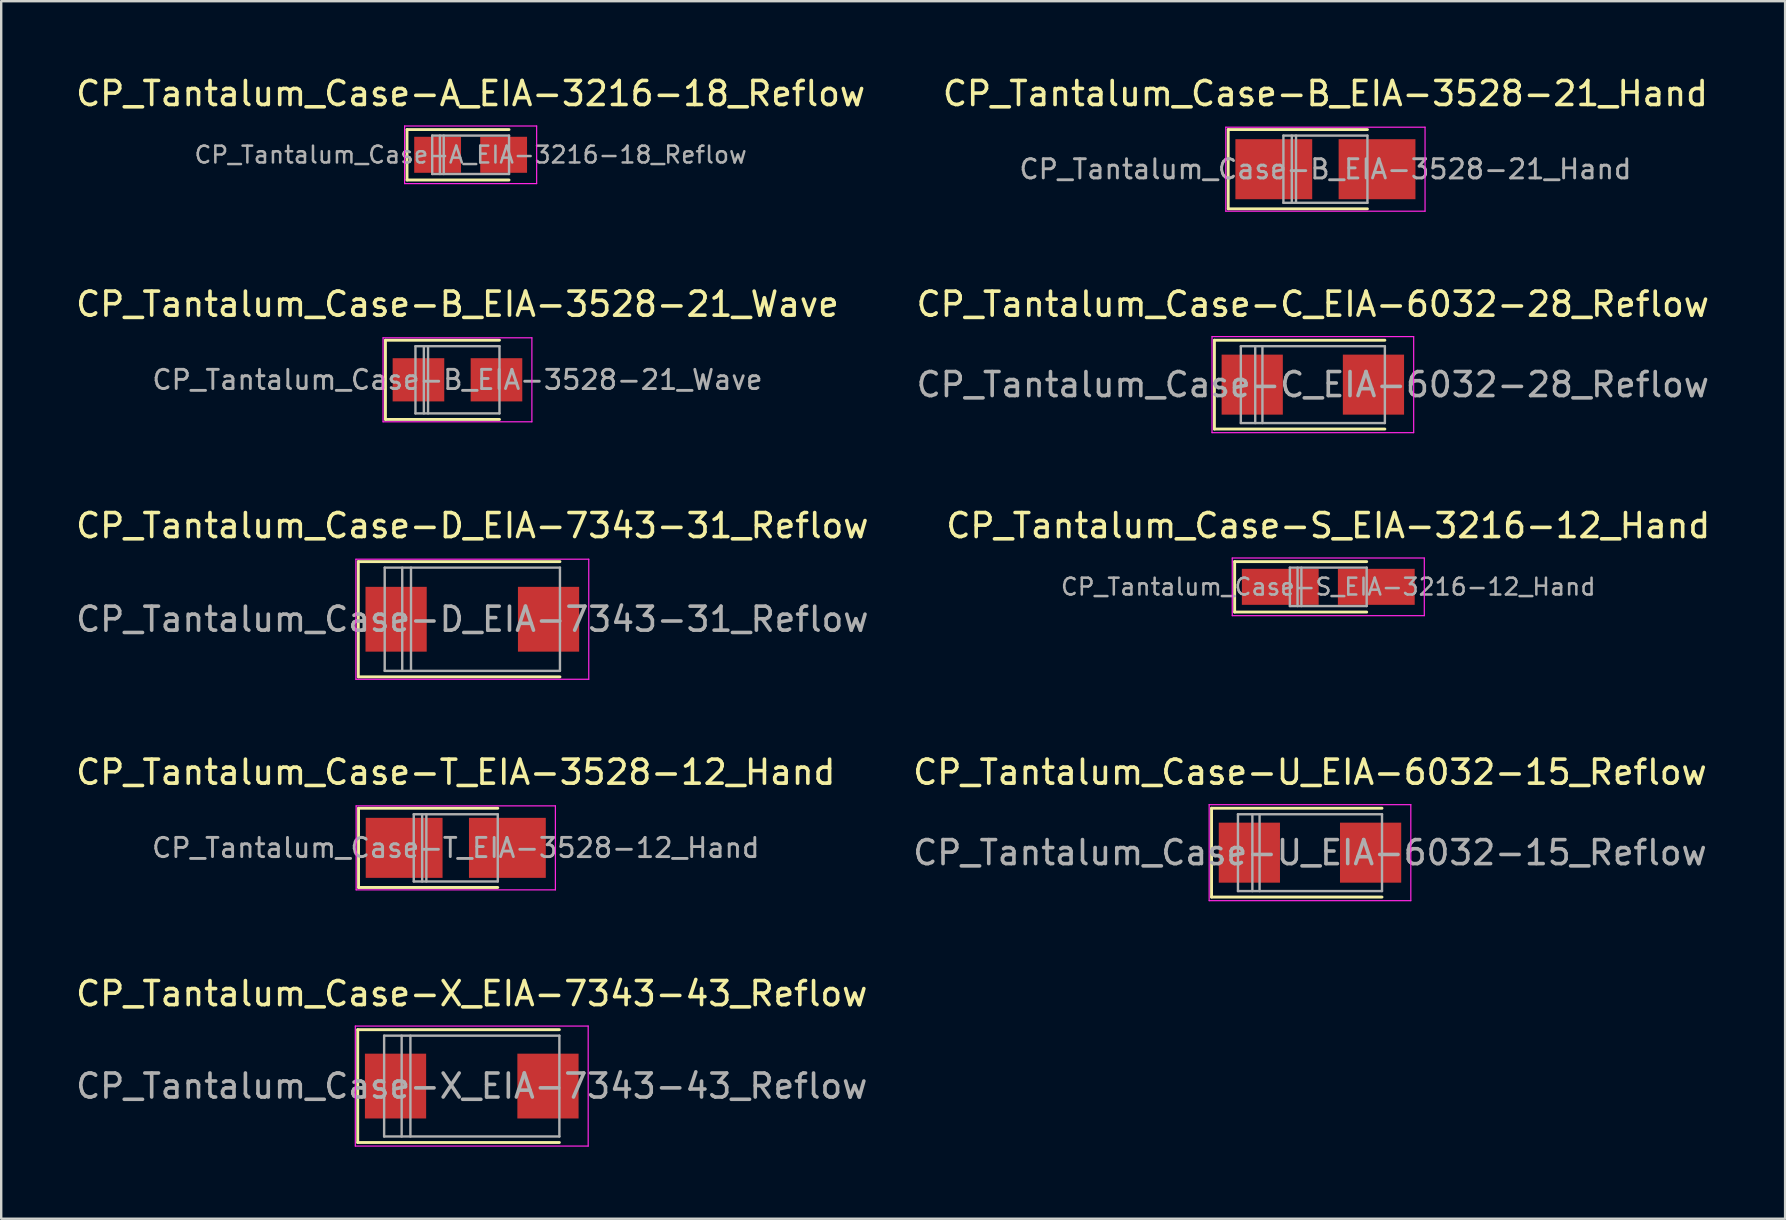
<source format=kicad_pcb>
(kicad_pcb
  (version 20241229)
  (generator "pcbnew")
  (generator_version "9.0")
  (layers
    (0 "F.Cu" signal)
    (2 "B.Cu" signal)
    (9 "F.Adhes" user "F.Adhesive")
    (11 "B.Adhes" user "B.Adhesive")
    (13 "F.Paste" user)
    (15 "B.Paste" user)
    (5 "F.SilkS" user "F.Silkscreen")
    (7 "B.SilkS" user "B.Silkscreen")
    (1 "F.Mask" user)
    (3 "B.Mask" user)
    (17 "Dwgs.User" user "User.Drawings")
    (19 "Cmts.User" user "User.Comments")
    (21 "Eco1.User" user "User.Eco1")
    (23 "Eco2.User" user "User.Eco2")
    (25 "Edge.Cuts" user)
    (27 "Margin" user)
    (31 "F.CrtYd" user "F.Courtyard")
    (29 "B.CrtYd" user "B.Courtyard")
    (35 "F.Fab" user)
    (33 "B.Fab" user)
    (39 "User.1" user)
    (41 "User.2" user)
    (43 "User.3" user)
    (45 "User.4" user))
  (footprint "CP_Tantalum_Case-D_EIA-7343-31_Reflow"
    (layer "F.Cu")
    (at 16.625 22.745)
    (property "Reference" "CP_Tantalum_Case-D_EIA-7343-31_Reflow" (at 0 -3.9 0) (layer "F.SilkS") (effects (font (size 1 1) (thickness 0.15))))
    (attr smd)
    (fp_line (start -4.75 -2.4) (end -4.75 2.4) (stroke (width 0.12) (type solid)) (layer "F.SilkS"))
    (fp_line (start -4.75 -2.4) (end 3.65 -2.4) (stroke (width 0.12) (type solid)) (layer "F.SilkS"))
    (fp_line (start -4.75 2.4) (end 3.65 2.4) (stroke (width 0.12) (type solid)) (layer "F.SilkS"))
    (fp_line (start -4.85 -2.5) (end -4.85 2.5) (stroke (width 0.05) (type solid)) (layer "F.CrtYd"))
    (fp_line (start -4.85 2.5) (end 4.85 2.5) (stroke (width 0.05) (type solid)) (layer "F.CrtYd"))
    (fp_line (start 4.85 -2.5) (end -4.85 -2.5) (stroke (width 0.05) (type solid)) (layer "F.CrtYd"))
    (fp_line (start 4.85 2.5) (end 4.85 -2.5) (stroke (width 0.05) (type solid)) (layer "F.CrtYd"))
    (fp_line (start -3.65 -2.15) (end -3.65 2.15) (stroke (width 0.1) (type solid)) (layer "F.Fab"))
    (fp_line (start -3.65 2.15) (end 3.65 2.15) (stroke (width 0.1) (type solid)) (layer "F.Fab"))
    (fp_line (start -2.92 -2.15) (end -2.92 2.15) (stroke (width 0.1) (type solid)) (layer "F.Fab"))
    (fp_line (start -2.555 -2.15) (end -2.555 2.15) (stroke (width 0.1) (type solid)) (layer "F.Fab"))
    (fp_line (start 3.65 -2.15) (end -3.65 -2.15) (stroke (width 0.1) (type solid)) (layer "F.Fab"))
    (fp_line (start 3.65 2.15) (end 3.65 -2.15) (stroke (width 0.1) (type solid)) (layer "F.Fab"))
    (fp_text user "${REFERENCE}" (at 0 0 0) (layer "F.Fab") (effects (font (size 1 1) (thickness 0.15))))
    (pad "1" smd rect (at -3.175 0) (size 2.55 2.7) (layers "F.Cu" "F.Mask" "F.Paste"))
    (pad "2" smd rect (at 3.175 0) (size 2.55 2.7) (layers "F.Cu" "F.Mask" "F.Paste")))
  (footprint "CP_Tantalum_Case-B_EIA-3528-21_Wave"
    (layer "F.Cu")
    (at 16.006 12.771)
    (property "Reference" "CP_Tantalum_Case-B_EIA-3528-21_Wave" (at 0 -3.15 0) (layer "F.SilkS") (effects (font (size 1 1) (thickness 0.15))))
    (attr smd)
    (fp_line (start -3 -1.65) (end -3 1.65) (stroke (width 0.12) (type solid)) (layer "F.SilkS"))
    (fp_line (start -3 -1.65) (end 1.75 -1.65) (stroke (width 0.12) (type solid)) (layer "F.SilkS"))
    (fp_line (start -3 1.65) (end 1.75 1.65) (stroke (width 0.12) (type solid)) (layer "F.SilkS"))
    (fp_line (start -3.1 -1.75) (end -3.1 1.75) (stroke (width 0.05) (type solid)) (layer "F.CrtYd"))
    (fp_line (start -3.1 1.75) (end 3.1 1.75) (stroke (width 0.05) (type solid)) (layer "F.CrtYd"))
    (fp_line (start 3.1 -1.75) (end -3.1 -1.75) (stroke (width 0.05) (type solid)) (layer "F.CrtYd"))
    (fp_line (start 3.1 1.75) (end 3.1 -1.75) (stroke (width 0.05) (type solid)) (layer "F.CrtYd"))
    (fp_line (start -1.75 -1.4) (end -1.75 1.4) (stroke (width 0.1) (type solid)) (layer "F.Fab"))
    (fp_line (start -1.75 1.4) (end 1.75 1.4) (stroke (width 0.1) (type solid)) (layer "F.Fab"))
    (fp_line (start -1.4 -1.4) (end -1.4 1.4) (stroke (width 0.1) (type solid)) (layer "F.Fab"))
    (fp_line (start -1.225 -1.4) (end -1.225 1.4) (stroke (width 0.1) (type solid)) (layer "F.Fab"))
    (fp_line (start 1.75 -1.4) (end -1.75 -1.4) (stroke (width 0.1) (type solid)) (layer "F.Fab"))
    (fp_line (start 1.75 1.4) (end 1.75 -1.4) (stroke (width 0.1) (type solid)) (layer "F.Fab"))
    (fp_text user "${REFERENCE}" (at 0 0 0) (layer "F.Fab") (effects (font (size 0.8 0.8) (thickness 0.12))))
    (pad "1" smd rect (at -1.625 0) (size 2.15 1.8) (layers "F.Cu" "F.Mask" "F.Paste"))
    (pad "2" smd rect (at 1.625 0) (size 2.15 1.8) (layers "F.Cu" "F.Mask" "F.Paste")))
  (footprint "CP_Tantalum_Case-A_EIA-3216-18_Reflow"
    (layer "F.Cu")
    (at 16.554 3.398)
    (property "Reference" "CP_Tantalum_Case-A_EIA-3216-18_Reflow" (at 0 -2.55 0) (layer "F.SilkS") (effects (font (size 1 1) (thickness 0.15))))
    (attr smd)
    (fp_line (start -2.65 -1.05) (end -2.65 1.05) (stroke (width 0.12) (type solid)) (layer "F.SilkS"))
    (fp_line (start -2.65 -1.05) (end 1.6 -1.05) (stroke (width 0.12) (type solid)) (layer "F.SilkS"))
    (fp_line (start -2.65 1.05) (end 1.6 1.05) (stroke (width 0.12) (type solid)) (layer "F.SilkS"))
    (fp_line (start -2.75 -1.2) (end -2.75 1.2) (stroke (width 0.05) (type solid)) (layer "F.CrtYd"))
    (fp_line (start -2.75 1.2) (end 2.75 1.2) (stroke (width 0.05) (type solid)) (layer "F.CrtYd"))
    (fp_line (start 2.75 -1.2) (end -2.75 -1.2) (stroke (width 0.05) (type solid)) (layer "F.CrtYd"))
    (fp_line (start 2.75 1.2) (end 2.75 -1.2) (stroke (width 0.05) (type solid)) (layer "F.CrtYd"))
    (fp_line (start -1.6 -0.8) (end -1.6 0.8) (stroke (width 0.1) (type solid)) (layer "F.Fab"))
    (fp_line (start -1.6 0.8) (end 1.6 0.8) (stroke (width 0.1) (type solid)) (layer "F.Fab"))
    (fp_line (start -1.28 -0.8) (end -1.28 0.8) (stroke (width 0.1) (type solid)) (layer "F.Fab"))
    (fp_line (start -1.12 -0.8) (end -1.12 0.8) (stroke (width 0.1) (type solid)) (layer "F.Fab"))
    (fp_line (start 1.6 -0.8) (end -1.6 -0.8) (stroke (width 0.1) (type solid)) (layer "F.Fab"))
    (fp_line (start 1.6 0.8) (end 1.6 -0.8) (stroke (width 0.1) (type solid)) (layer "F.Fab"))
    (fp_text user "${REFERENCE}" (at 0 0 0) (layer "F.Fab") (effects (font (size 0.7 0.7) (thickness 0.105))))
    (pad "1" smd rect (at -1.375 0) (size 1.95 1.5) (layers "F.Cu" "F.Mask" "F.Paste"))
    (pad "2" smd rect (at 1.375 0) (size 1.95 1.5) (layers "F.Cu" "F.Mask" "F.Paste")))
  (footprint "CP_Tantalum_Case-B_EIA-3528-21_Hand"
    (layer "F.Cu")
    (at 52.161 3.998)
    (property "Reference" "CP_Tantalum_Case-B_EIA-3528-21_Hand" (at 0 -3.15 0) (layer "F.SilkS") (effects (font (size 1 1) (thickness 0.15))))
    (attr smd)
    (fp_line (start -4.05 -1.65) (end -4.05 1.65) (stroke (width 0.12) (type solid)) (layer "F.SilkS"))
    (fp_line (start -4.05 -1.65) (end 1.75 -1.65) (stroke (width 0.12) (type solid)) (layer "F.SilkS"))
    (fp_line (start -4.05 1.65) (end 1.75 1.65) (stroke (width 0.12) (type solid)) (layer "F.SilkS"))
    (fp_line (start -4.15 -1.75) (end -4.15 1.75) (stroke (width 0.05) (type solid)) (layer "F.CrtYd"))
    (fp_line (start -4.15 1.75) (end 4.15 1.75) (stroke (width 0.05) (type solid)) (layer "F.CrtYd"))
    (fp_line (start 4.15 -1.75) (end -4.15 -1.75) (stroke (width 0.05) (type solid)) (layer "F.CrtYd"))
    (fp_line (start 4.15 1.75) (end 4.15 -1.75) (stroke (width 0.05) (type solid)) (layer "F.CrtYd"))
    (fp_line (start -1.75 -1.4) (end -1.75 1.4) (stroke (width 0.1) (type solid)) (layer "F.Fab"))
    (fp_line (start -1.75 1.4) (end 1.75 1.4) (stroke (width 0.1) (type solid)) (layer "F.Fab"))
    (fp_line (start -1.4 -1.4) (end -1.4 1.4) (stroke (width 0.1) (type solid)) (layer "F.Fab"))
    (fp_line (start -1.225 -1.4) (end -1.225 1.4) (stroke (width 0.1) (type solid)) (layer "F.Fab"))
    (fp_line (start 1.75 -1.4) (end -1.75 -1.4) (stroke (width 0.1) (type solid)) (layer "F.Fab"))
    (fp_line (start 1.75 1.4) (end 1.75 -1.4) (stroke (width 0.1) (type solid)) (layer "F.Fab"))
    (fp_text user "${REFERENCE}" (at 0 0 0) (layer "F.Fab") (effects (font (size 0.8 0.8) (thickness 0.12))))
    (pad "1" smd rect (at -2.15 0) (size 3.2 2.5) (layers "F.Cu" "F.Mask" "F.Paste"))
    (pad "2" smd rect (at 2.15 0) (size 3.2 2.5) (layers "F.Cu" "F.Mask" "F.Paste")))
  (footprint "CP_Tantalum_Case-S_EIA-3216-12_Hand"
    (layer "F.Cu")
    (at 52.28 21.395)
    (property "Reference" "CP_Tantalum_Case-S_EIA-3216-12_Hand" (at 0 -2.55 0) (layer "F.SilkS") (effects (font (size 1 1) (thickness 0.15))))
    (attr smd)
    (fp_line (start -3.9 -1.05) (end -3.9 1.05) (stroke (width 0.12) (type solid)) (layer "F.SilkS"))
    (fp_line (start -3.9 -1.05) (end 1.6 -1.05) (stroke (width 0.12) (type solid)) (layer "F.SilkS"))
    (fp_line (start -3.9 1.05) (end 1.6 1.05) (stroke (width 0.12) (type solid)) (layer "F.SilkS"))
    (fp_line (start -4 -1.2) (end -4 1.2) (stroke (width 0.05) (type solid)) (layer "F.CrtYd"))
    (fp_line (start -4 1.2) (end 4 1.2) (stroke (width 0.05) (type solid)) (layer "F.CrtYd"))
    (fp_line (start 4 -1.2) (end -4 -1.2) (stroke (width 0.05) (type solid)) (layer "F.CrtYd"))
    (fp_line (start 4 1.2) (end 4 -1.2) (stroke (width 0.05) (type solid)) (layer "F.CrtYd"))
    (fp_line (start -1.6 -0.8) (end -1.6 0.8) (stroke (width 0.1) (type solid)) (layer "F.Fab"))
    (fp_line (start -1.6 0.8) (end 1.6 0.8) (stroke (width 0.1) (type solid)) (layer "F.Fab"))
    (fp_line (start -1.28 -0.8) (end -1.28 0.8) (stroke (width 0.1) (type solid)) (layer "F.Fab"))
    (fp_line (start -1.12 -0.8) (end -1.12 0.8) (stroke (width 0.1) (type solid)) (layer "F.Fab"))
    (fp_line (start 1.6 -0.8) (end -1.6 -0.8) (stroke (width 0.1) (type solid)) (layer "F.Fab"))
    (fp_line (start 1.6 0.8) (end 1.6 -0.8) (stroke (width 0.1) (type solid)) (layer "F.Fab"))
    (fp_text user "${REFERENCE}" (at 0 0 0) (layer "F.Fab") (effects (font (size 0.7 0.7) (thickness 0.105))))
    (pad "1" smd rect (at -2 0) (size 3.2 1.5) (layers "F.Cu" "F.Mask" "F.Paste"))
    (pad "2" smd rect (at 2 0) (size 3.2 1.5) (layers "F.Cu" "F.Mask" "F.Paste")))
  (footprint "CP_Tantalum_Case-T_EIA-3528-12_Hand"
    (layer "F.Cu")
    (at 15.935 32.268)
    (property "Reference" "CP_Tantalum_Case-T_EIA-3528-12_Hand" (at 0 -3.15 0) (layer "F.SilkS") (effects (font (size 1 1) (thickness 0.15))))
    (attr smd)
    (fp_line (start -4.05 -1.65) (end -4.05 1.65) (stroke (width 0.12) (type solid)) (layer "F.SilkS"))
    (fp_line (start -4.05 -1.65) (end 1.75 -1.65) (stroke (width 0.12) (type solid)) (layer "F.SilkS"))
    (fp_line (start -4.05 1.65) (end 1.75 1.65) (stroke (width 0.12) (type solid)) (layer "F.SilkS"))
    (fp_line (start -4.15 -1.75) (end -4.15 1.75) (stroke (width 0.05) (type solid)) (layer "F.CrtYd"))
    (fp_line (start -4.15 1.75) (end 4.15 1.75) (stroke (width 0.05) (type solid)) (layer "F.CrtYd"))
    (fp_line (start 4.15 -1.75) (end -4.15 -1.75) (stroke (width 0.05) (type solid)) (layer "F.CrtYd"))
    (fp_line (start 4.15 1.75) (end 4.15 -1.75) (stroke (width 0.05) (type solid)) (layer "F.CrtYd"))
    (fp_line (start -1.75 -1.4) (end -1.75 1.4) (stroke (width 0.1) (type solid)) (layer "F.Fab"))
    (fp_line (start -1.75 1.4) (end 1.75 1.4) (stroke (width 0.1) (type solid)) (layer "F.Fab"))
    (fp_line (start -1.4 -1.4) (end -1.4 1.4) (stroke (width 0.1) (type solid)) (layer "F.Fab"))
    (fp_line (start -1.225 -1.4) (end -1.225 1.4) (stroke (width 0.1) (type solid)) (layer "F.Fab"))
    (fp_line (start 1.75 -1.4) (end -1.75 -1.4) (stroke (width 0.1) (type solid)) (layer "F.Fab"))
    (fp_line (start 1.75 1.4) (end 1.75 -1.4) (stroke (width 0.1) (type solid)) (layer "F.Fab"))
    (fp_text user "${REFERENCE}" (at 0 0 0) (layer "F.Fab") (effects (font (size 0.8 0.8) (thickness 0.12))))
    (pad "1" smd rect (at -2.15 0) (size 3.2 2.5) (layers "F.Cu" "F.Mask" "F.Paste"))
    (pad "2" smd rect (at 2.15 0) (size 3.2 2.5) (layers "F.Cu" "F.Mask" "F.Paste")))
  (footprint "CP_Tantalum_Case-C_EIA-6032-28_Reflow"
    (layer "F.Cu")
    (at 51.637 12.972)
    (property "Reference" "CP_Tantalum_Case-C_EIA-6032-28_Reflow" (at 0 -3.35 0) (layer "F.SilkS") (effects (font (size 1 1) (thickness 0.15))))
    (attr smd)
    (fp_line (start -4.1 -1.85) (end -4.1 1.85) (stroke (width 0.12) (type solid)) (layer "F.SilkS"))
    (fp_line (start -4.1 -1.85) (end 3 -1.85) (stroke (width 0.12) (type solid)) (layer "F.SilkS"))
    (fp_line (start -4.1 1.85) (end 3 1.85) (stroke (width 0.12) (type solid)) (layer "F.SilkS"))
    (fp_line (start -4.2 -2) (end -4.2 2) (stroke (width 0.05) (type solid)) (layer "F.CrtYd"))
    (fp_line (start -4.2 2) (end 4.2 2) (stroke (width 0.05) (type solid)) (layer "F.CrtYd"))
    (fp_line (start 4.2 -2) (end -4.2 -2) (stroke (width 0.05) (type solid)) (layer "F.CrtYd"))
    (fp_line (start 4.2 2) (end 4.2 -2) (stroke (width 0.05) (type solid)) (layer "F.CrtYd"))
    (fp_line (start -3 -1.6) (end -3 1.6) (stroke (width 0.1) (type solid)) (layer "F.Fab"))
    (fp_line (start -3 1.6) (end 3 1.6) (stroke (width 0.1) (type solid)) (layer "F.Fab"))
    (fp_line (start -2.4 -1.6) (end -2.4 1.6) (stroke (width 0.1) (type solid)) (layer "F.Fab"))
    (fp_line (start -2.1 -1.6) (end -2.1 1.6) (stroke (width 0.1) (type solid)) (layer "F.Fab"))
    (fp_line (start 3 -1.6) (end -3 -1.6) (stroke (width 0.1) (type solid)) (layer "F.Fab"))
    (fp_line (start 3 1.6) (end 3 -1.6) (stroke (width 0.1) (type solid)) (layer "F.Fab"))
    (fp_text user "${REFERENCE}" (at 0 0 0) (layer "F.Fab") (effects (font (size 1 1) (thickness 0.15))))
    (pad "1" smd rect (at -2.525 0) (size 2.55 2.5) (layers "F.Cu" "F.Mask" "F.Paste"))
    (pad "2" smd rect (at 2.525 0) (size 2.55 2.5) (layers "F.Cu" "F.Mask" "F.Paste")))
  (footprint "CP_Tantalum_Case-X_EIA-7343-43_Reflow"
    (layer "F.Cu")
    (at 16.601 42.191)
    (property "Reference" "CP_Tantalum_Case-X_EIA-7343-43_Reflow" (at 0 -3.85 0) (layer "F.SilkS") (effects (font (size 1 1) (thickness 0.15))))
    (attr smd)
    (fp_line (start -4.75 -2.35) (end -4.75 2.35) (stroke (width 0.12) (type solid)) (layer "F.SilkS"))
    (fp_line (start -4.75 -2.35) (end 3.65 -2.35) (stroke (width 0.12) (type solid)) (layer "F.SilkS"))
    (fp_line (start -4.75 2.35) (end 3.65 2.35) (stroke (width 0.12) (type solid)) (layer "F.SilkS"))
    (fp_line (start -4.85 -2.5) (end -4.85 2.5) (stroke (width 0.05) (type solid)) (layer "F.CrtYd"))
    (fp_line (start -4.85 2.5) (end 4.85 2.5) (stroke (width 0.05) (type solid)) (layer "F.CrtYd"))
    (fp_line (start 4.85 -2.5) (end -4.85 -2.5) (stroke (width 0.05) (type solid)) (layer "F.CrtYd"))
    (fp_line (start 4.85 2.5) (end 4.85 -2.5) (stroke (width 0.05) (type solid)) (layer "F.CrtYd"))
    (fp_line (start -3.65 -2.1) (end -3.65 2.1) (stroke (width 0.1) (type solid)) (layer "F.Fab"))
    (fp_line (start -3.65 2.1) (end 3.65 2.1) (stroke (width 0.1) (type solid)) (layer "F.Fab"))
    (fp_line (start -2.92 -2.1) (end -2.92 2.1) (stroke (width 0.1) (type solid)) (layer "F.Fab"))
    (fp_line (start -2.555 -2.1) (end -2.555 2.1) (stroke (width 0.1) (type solid)) (layer "F.Fab"))
    (fp_line (start 3.65 -2.1) (end -3.65 -2.1) (stroke (width 0.1) (type solid)) (layer "F.Fab"))
    (fp_line (start 3.65 2.1) (end 3.65 -2.1) (stroke (width 0.1) (type solid)) (layer "F.Fab"))
    (fp_text user "${REFERENCE}" (at 0 0 0) (layer "F.Fab") (effects (font (size 1 1) (thickness 0.15))))
    (pad "1" smd rect (at -3.175 0) (size 2.55 2.7) (layers "F.Cu" "F.Mask" "F.Paste"))
    (pad "2" smd rect (at 3.175 0) (size 2.55 2.7) (layers "F.Cu" "F.Mask" "F.Paste")))
  (footprint "CP_Tantalum_Case-U_EIA-6032-15_Reflow"
    (layer "F.Cu")
    (at 51.518 32.468)
    (property "Reference" "CP_Tantalum_Case-U_EIA-6032-15_Reflow" (at 0 -3.35 0) (layer "F.SilkS") (effects (font (size 1 1) (thickness 0.15))))
    (attr smd)
    (fp_line (start -4.1 -1.85) (end -4.1 1.85) (stroke (width 0.12) (type solid)) (layer "F.SilkS"))
    (fp_line (start -4.1 -1.85) (end 3 -1.85) (stroke (width 0.12) (type solid)) (layer "F.SilkS"))
    (fp_line (start -4.1 1.85) (end 3 1.85) (stroke (width 0.12) (type solid)) (layer "F.SilkS"))
    (fp_line (start -4.2 -2) (end -4.2 2) (stroke (width 0.05) (type solid)) (layer "F.CrtYd"))
    (fp_line (start -4.2 2) (end 4.2 2) (stroke (width 0.05) (type solid)) (layer "F.CrtYd"))
    (fp_line (start 4.2 -2) (end -4.2 -2) (stroke (width 0.05) (type solid)) (layer "F.CrtYd"))
    (fp_line (start 4.2 2) (end 4.2 -2) (stroke (width 0.05) (type solid)) (layer "F.CrtYd"))
    (fp_line (start -3 -1.6) (end -3 1.6) (stroke (width 0.1) (type solid)) (layer "F.Fab"))
    (fp_line (start -3 1.6) (end 3 1.6) (stroke (width 0.1) (type solid)) (layer "F.Fab"))
    (fp_line (start -2.4 -1.6) (end -2.4 1.6) (stroke (width 0.1) (type solid)) (layer "F.Fab"))
    (fp_line (start -2.1 -1.6) (end -2.1 1.6) (stroke (width 0.1) (type solid)) (layer "F.Fab"))
    (fp_line (start 3 -1.6) (end -3 -1.6) (stroke (width 0.1) (type solid)) (layer "F.Fab"))
    (fp_line (start 3 1.6) (end 3 -1.6) (stroke (width 0.1) (type solid)) (layer "F.Fab"))
    (fp_text user "${REFERENCE}" (at 0 0 0) (layer "F.Fab") (effects (font (size 1 1) (thickness 0.15))))
    (pad "1" smd rect (at -2.525 0) (size 2.55 2.5) (layers "F.Cu" "F.Mask" "F.Paste"))
    (pad "2" smd rect (at 2.525 0) (size 2.55 2.5) (layers "F.Cu" "F.Mask" "F.Paste")))
  (gr_rect
    (start -3 -3)
    (end 71.31 47.716)
    (stroke (width 0.1) (type default))
    (fill no)
    (layer "Edge.Cuts")))
</source>
